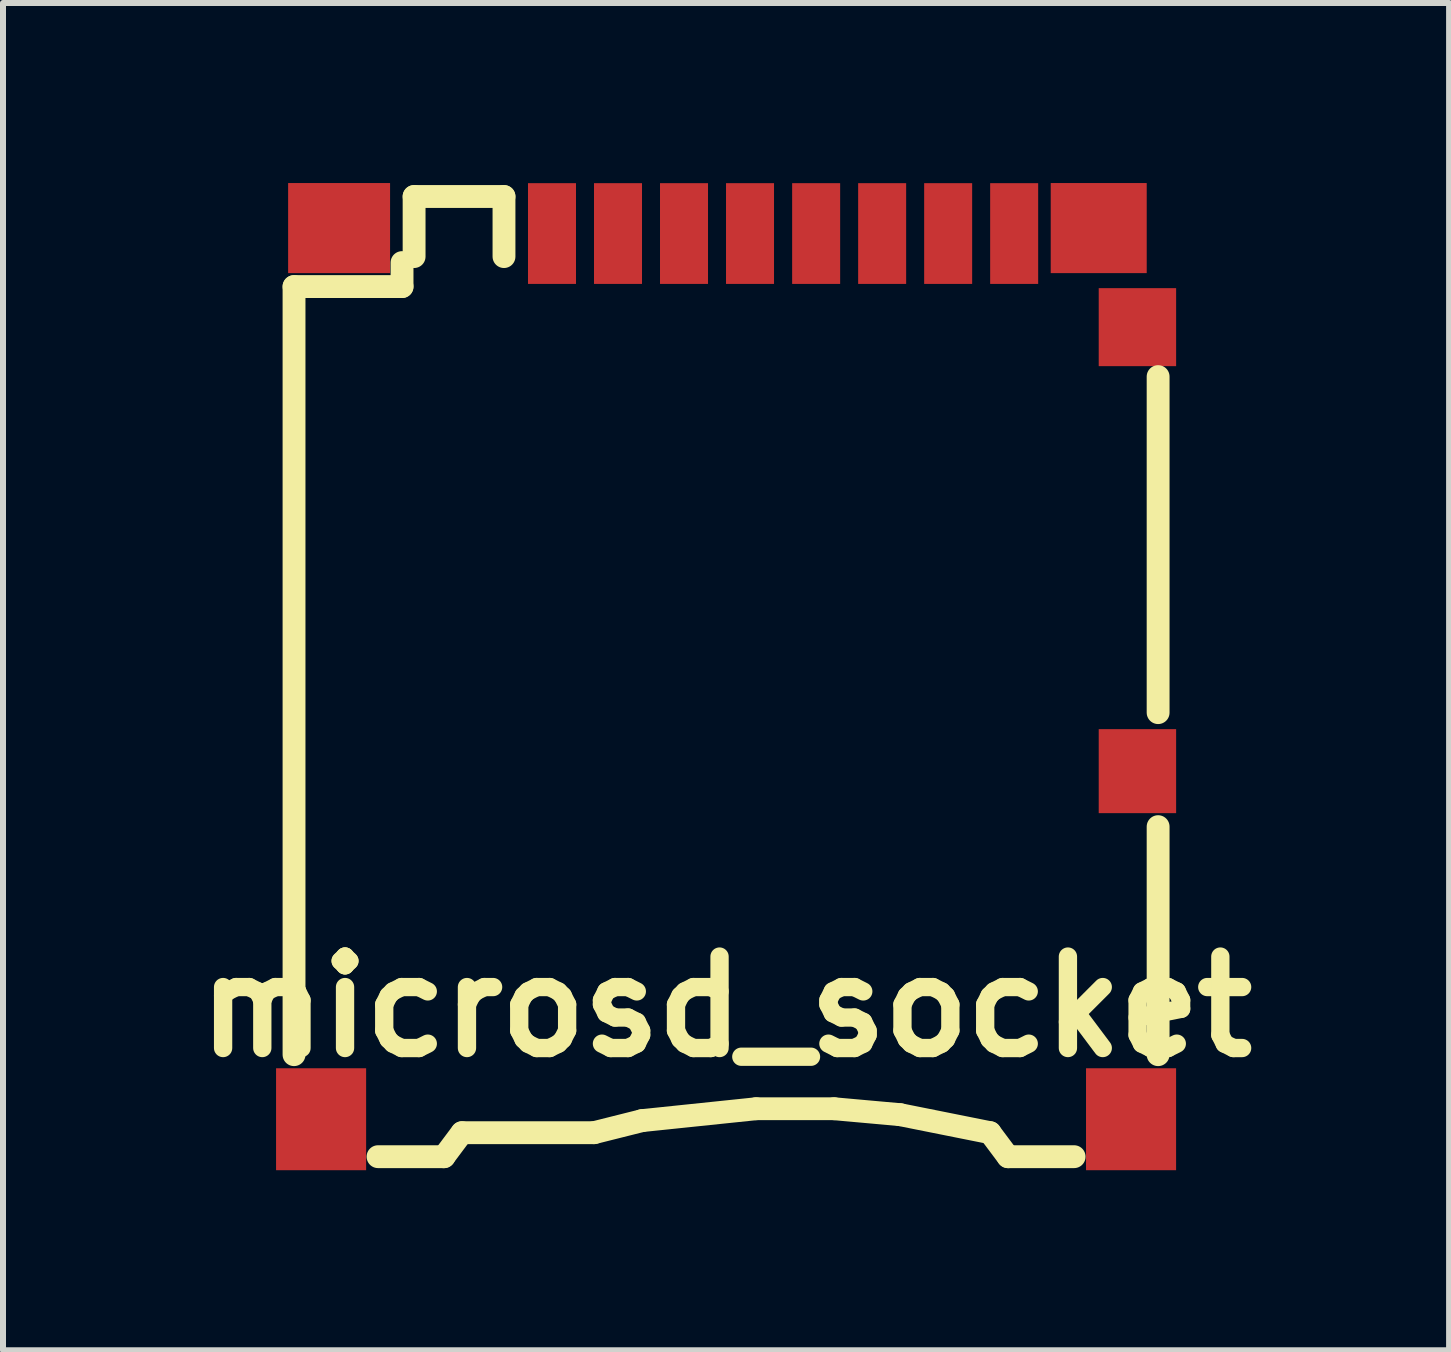
<source format=kicad_pcb>
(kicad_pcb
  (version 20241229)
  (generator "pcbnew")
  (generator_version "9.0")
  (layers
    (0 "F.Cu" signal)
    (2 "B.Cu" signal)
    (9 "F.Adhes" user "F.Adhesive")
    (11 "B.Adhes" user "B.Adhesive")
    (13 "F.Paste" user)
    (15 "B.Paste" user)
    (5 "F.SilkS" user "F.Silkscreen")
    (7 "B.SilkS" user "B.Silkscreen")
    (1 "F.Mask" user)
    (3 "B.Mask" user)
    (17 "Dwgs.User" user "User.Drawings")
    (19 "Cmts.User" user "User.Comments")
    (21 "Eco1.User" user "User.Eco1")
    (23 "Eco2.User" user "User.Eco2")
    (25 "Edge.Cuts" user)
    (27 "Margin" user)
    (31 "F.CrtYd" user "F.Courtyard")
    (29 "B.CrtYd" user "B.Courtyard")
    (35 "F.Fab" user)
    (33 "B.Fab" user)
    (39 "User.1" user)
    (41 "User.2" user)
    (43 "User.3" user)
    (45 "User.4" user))
  (footprint "microsd_socket"
    (layer "F.Cu")
    (at 9.05 8.226)
    (property "Reference" "microsd_socket" (at 0 5.5 0) (layer "F.SilkS") (effects (font (size 1.524 1.524) (thickness 0.305))))
    (attr through_hole)
    (fp_line (start -7.2 -6.5) (end -7.2 6.3) (stroke (width 0.381) (type solid)) (layer "F.SilkS"))
    (fp_line (start -7.2 -6.5) (end -5.4 -6.5) (stroke (width 0.381) (type solid)) (layer "F.SilkS"))
    (fp_line (start -5.4 -6.5) (end -5.4 -6.9) (stroke (width 0.381) (type solid)) (layer "F.SilkS"))
    (fp_line (start -5.199 -8.001) (end -5.199 -7) (stroke (width 0.381) (type solid)) (layer "F.SilkS"))
    (fp_line (start -4.7 8) (end -5.8 8) (stroke (width 0.381) (type solid)) (layer "F.SilkS"))
    (fp_line (start -4.402 7.6) (end -4.702 8.001) (stroke (width 0.381) (type solid)) (layer "F.SilkS"))
    (fp_line (start -3.701 -8.001) (end -5.199 -8.001) (stroke (width 0.381) (type solid)) (layer "F.SilkS"))
    (fp_line (start -3.701 -7) (end -3.701 -8.001) (stroke (width 0.381) (type solid)) (layer "F.SilkS"))
    (fp_line (start -2.2 7.6) (end -4.399 7.6) (stroke (width 0.381) (type solid)) (layer "F.SilkS"))
    (fp_line (start -2.2 7.6) (end -1.4 7.399) (stroke (width 0.381) (type solid)) (layer "F.SilkS"))
    (fp_line (start -1.4 7.399) (end 0.5 7.201) (stroke (width 0.381) (type solid)) (layer "F.SilkS"))
    (fp_line (start 0.5 7.201) (end 1.801 7.201) (stroke (width 0.381) (type solid)) (layer "F.SilkS"))
    (fp_line (start 1.801 7.201) (end 2.901 7.3) (stroke (width 0.381) (type solid)) (layer "F.SilkS"))
    (fp_line (start 2.901 7.3) (end 4.399 7.6) (stroke (width 0.381) (type solid)) (layer "F.SilkS"))
    (fp_line (start 4.699 8.001) (end 4.399 7.6) (stroke (width 0.381) (type solid)) (layer "F.SilkS"))
    (fp_line (start 4.7 8) (end 5.8 8) (stroke (width 0.381) (type solid)) (layer "F.SilkS"))
    (fp_line (start 7.2 0.6) (end 7.2 -5) (stroke (width 0.381) (type solid)) (layer "F.SilkS"))
    (fp_line (start 7.2 6.3) (end 7.2 2.5) (stroke (width 0.381) (type solid)) (layer "F.SilkS"))
    (pad "" smd rect (at -6.749 7.376) (size 1.501 1.699) (layers "F.Cu" "F.Mask" "F.Paste"))
    (pad "" smd rect (at -6.449 -7.475) (size 1.699 1.501) (layers "F.Cu" "F.Mask" "F.Paste"))
    (pad "" smd rect (at 6.21 -7.475) (size 1.6 1.501) (layers "F.Cu" "F.Mask" "F.Paste"))
    (pad "" smd rect (at 6.749 7.376) (size 1.501 1.699) (layers "F.Cu" "F.Mask" "F.Paste"))
    (pad "1" smd rect (at 4.801 -7.384) (size 0.8 1.679) (layers "F.Cu" "F.Mask" "F.Paste"))
    (pad "2" smd rect (at 3.701 -7.384) (size 0.8 1.679) (layers "F.Cu" "F.Mask" "F.Paste"))
    (pad "3" smd rect (at 2.601 -7.384) (size 0.8 1.679) (layers "F.Cu" "F.Mask" "F.Paste"))
    (pad "4" smd rect (at 1.501 -7.384) (size 0.8 1.679) (layers "F.Cu" "F.Mask" "F.Paste"))
    (pad "5" smd rect (at 0.399 -7.384) (size 0.8 1.679) (layers "F.Cu" "F.Mask" "F.Paste"))
    (pad "6" smd rect (at -0.701 -7.384) (size 0.8 1.679) (layers "F.Cu" "F.Mask" "F.Paste"))
    (pad "7" smd rect (at -1.801 -7.384) (size 0.8 1.679) (layers "F.Cu" "F.Mask" "F.Paste"))
    (pad "8" smd rect (at -2.901 -7.384) (size 0.8 1.679) (layers "F.Cu" "F.Mask" "F.Paste"))
    (pad "CD1" smd rect (at 6.855 1.575) (size 1.29 1.4) (layers "F.Cu" "F.Mask" "F.Paste"))
    (pad "CD2" smd rect (at 6.855 -5.824) (size 1.29 1.3) (layers "F.Cu" "F.Mask" "F.Paste")))
  (gr_rect
    (start -3 -3)
    (end 21.099 19.452)
    (stroke (width 0.1) (type default))
    (fill no)
    (layer "Edge.Cuts")))
</source>
